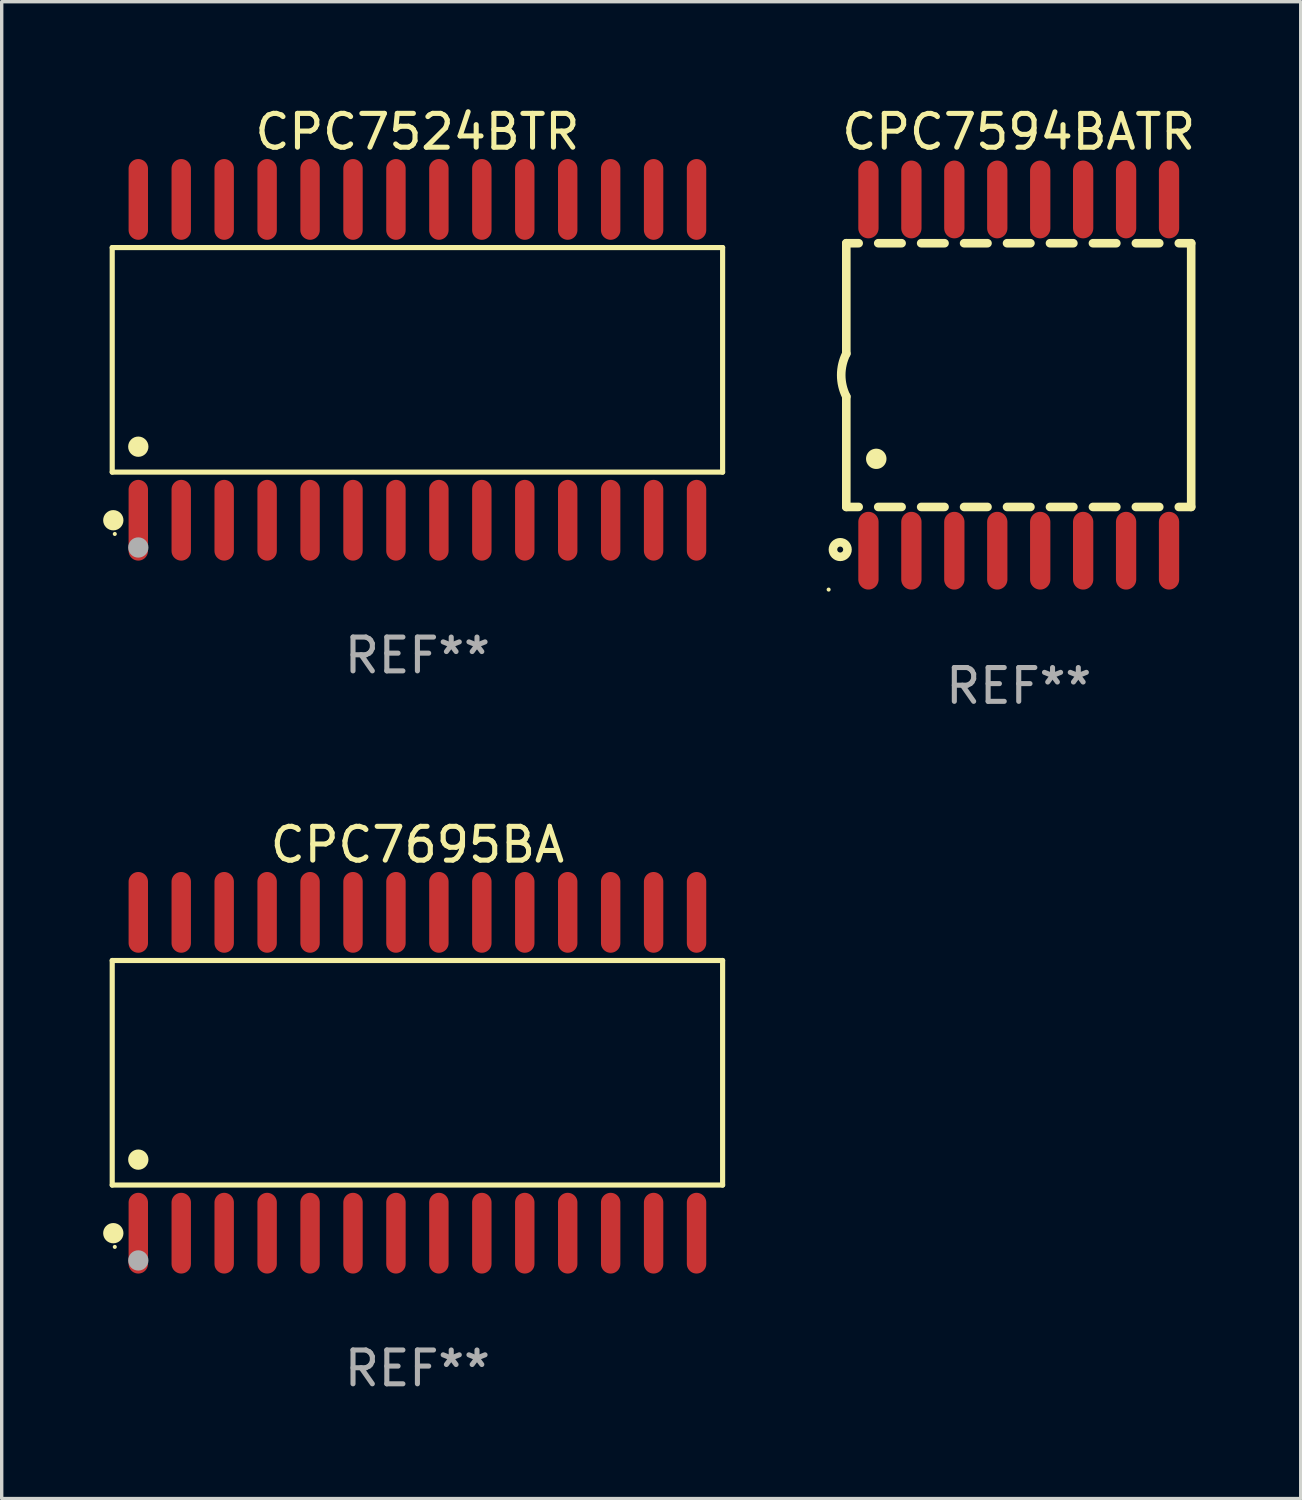
<source format=kicad_pcb>
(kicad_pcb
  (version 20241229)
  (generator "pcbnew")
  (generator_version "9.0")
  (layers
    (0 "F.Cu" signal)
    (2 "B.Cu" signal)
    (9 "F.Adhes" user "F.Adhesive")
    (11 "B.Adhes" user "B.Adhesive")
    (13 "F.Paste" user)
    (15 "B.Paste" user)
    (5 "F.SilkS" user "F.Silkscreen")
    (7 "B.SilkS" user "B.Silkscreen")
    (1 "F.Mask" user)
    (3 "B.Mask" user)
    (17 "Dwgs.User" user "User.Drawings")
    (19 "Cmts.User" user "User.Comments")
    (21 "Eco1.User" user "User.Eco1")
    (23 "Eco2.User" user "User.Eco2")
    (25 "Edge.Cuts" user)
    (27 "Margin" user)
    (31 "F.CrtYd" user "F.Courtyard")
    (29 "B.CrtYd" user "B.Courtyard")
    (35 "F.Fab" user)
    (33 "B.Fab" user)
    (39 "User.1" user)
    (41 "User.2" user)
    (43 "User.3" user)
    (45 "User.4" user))
  (footprint "CPC7695BA"
    (layer "F.Cu")
    (at 9.295 28.677)
    (property "Reference" "CPC7695BA" (at 0 -6.744 0) (layer "F.SilkS") (effects (font (size 1 1) (thickness 0.15))))
    (attr through_hole)
    (fp_line (start -9.026 -3.321) (end 9.026 -3.321) (stroke (width 0.152) (type solid)) (layer "F.SilkS"))
    (fp_line (start -9.026 3.321) (end -9.026 -3.321) (stroke (width 0.152) (type solid)) (layer "F.SilkS"))
    (fp_line (start 9.026 -3.321) (end 9.026 3.321) (stroke (width 0.152) (type solid)) (layer "F.SilkS"))
    (fp_line (start 9.026 3.321) (end -9.026 3.321) (stroke (width 0.152) (type solid)) (layer "F.SilkS"))
    (fp_circle (center -8.994 4.744) (end -8.844 4.744) (stroke (width 0.3) (type solid)) (fill no) (layer "F.SilkS"))
    (fp_circle (center -8.95 5.15) (end -8.92 5.15) (stroke (width 0.06) (type solid)) (fill no) (layer "F.SilkS"))
    (fp_circle (center -8.255 2.569) (end -8.105 2.569) (stroke (width 0.3) (type solid)) (fill no) (layer "F.SilkS"))
    (fp_circle (center -8.255 5.55) (end -8.105 5.55) (stroke (width 0.3) (type solid)) (fill no) (layer "F.Fab"))
    (fp_text user "REF**" (at 0 8.744 0) (layer "F.Fab") (effects (font (size 1 1) (thickness 0.15))))
    (pad "1" smd oval (at -8.255 4.744) (size 0.574 2.388) (layers "F.Cu" "F.Mask" "F.Paste"))
    (pad "2" smd oval (at -6.985 4.744) (size 0.574 2.388) (layers "F.Cu" "F.Mask" "F.Paste"))
    (pad "3" smd oval (at -5.715 4.744) (size 0.574 2.388) (layers "F.Cu" "F.Mask" "F.Paste"))
    (pad "4" smd oval (at -4.445 4.744) (size 0.574 2.388) (layers "F.Cu" "F.Mask" "F.Paste"))
    (pad "5" smd oval (at -3.175 4.744) (size 0.574 2.388) (layers "F.Cu" "F.Mask" "F.Paste"))
    (pad "6" smd oval (at -1.905 4.744) (size 0.574 2.388) (layers "F.Cu" "F.Mask" "F.Paste"))
    (pad "7" smd oval (at -0.635 4.744) (size 0.574 2.388) (layers "F.Cu" "F.Mask" "F.Paste"))
    (pad "8" smd oval (at 0.635 4.744) (size 0.574 2.388) (layers "F.Cu" "F.Mask" "F.Paste"))
    (pad "9" smd oval (at 1.905 4.744) (size 0.574 2.388) (layers "F.Cu" "F.Mask" "F.Paste"))
    (pad "10" smd oval (at 3.175 4.744) (size 0.574 2.388) (layers "F.Cu" "F.Mask" "F.Paste"))
    (pad "11" smd oval (at 4.445 4.744) (size 0.574 2.388) (layers "F.Cu" "F.Mask" "F.Paste"))
    (pad "12" smd oval (at 5.715 4.744) (size 0.574 2.388) (layers "F.Cu" "F.Mask" "F.Paste"))
    (pad "13" smd oval (at 6.985 4.744) (size 0.574 2.388) (layers "F.Cu" "F.Mask" "F.Paste"))
    (pad "14" smd oval (at 8.255 4.744) (size 0.574 2.388) (layers "F.Cu" "F.Mask" "F.Paste"))
    (pad "15" smd oval (at 8.255 -4.744) (size 0.574 2.388) (layers "F.Cu" "F.Mask" "F.Paste"))
    (pad "16" smd oval (at 6.985 -4.744) (size 0.574 2.388) (layers "F.Cu" "F.Mask" "F.Paste"))
    (pad "17" smd oval (at 5.715 -4.744) (size 0.574 2.388) (layers "F.Cu" "F.Mask" "F.Paste"))
    (pad "18" smd oval (at 4.445 -4.744) (size 0.574 2.388) (layers "F.Cu" "F.Mask" "F.Paste"))
    (pad "19" smd oval (at 3.175 -4.744) (size 0.574 2.388) (layers "F.Cu" "F.Mask" "F.Paste"))
    (pad "20" smd oval (at 1.905 -4.744) (size 0.574 2.388) (layers "F.Cu" "F.Mask" "F.Paste"))
    (pad "21" smd oval (at 0.635 -4.744) (size 0.574 2.388) (layers "F.Cu" "F.Mask" "F.Paste"))
    (pad "22" smd oval (at -0.635 -4.744) (size 0.574 2.388) (layers "F.Cu" "F.Mask" "F.Paste"))
    (pad "23" smd oval (at -1.905 -4.744) (size 0.574 2.388) (layers "F.Cu" "F.Mask" "F.Paste"))
    (pad "24" smd oval (at -3.175 -4.744) (size 0.574 2.388) (layers "F.Cu" "F.Mask" "F.Paste"))
    (pad "25" smd oval (at -4.445 -4.744) (size 0.574 2.388) (layers "F.Cu" "F.Mask" "F.Paste"))
    (pad "26" smd oval (at -5.715 -4.744) (size 0.574 2.388) (layers "F.Cu" "F.Mask" "F.Paste"))
    (pad "27" smd oval (at -6.985 -4.744) (size 0.574 2.388) (layers "F.Cu" "F.Mask" "F.Paste"))
    (pad "28" smd oval (at -8.255 -4.744) (size 0.574 2.388) (layers "F.Cu" "F.Mask" "F.Paste")))
  (footprint "CPC7524BTR"
    (layer "F.Cu")
    (at 9.295 7.592)
    (property "Reference" "CPC7524BTR" (at 0 -6.744 0) (layer "F.SilkS") (effects (font (size 1 1) (thickness 0.15))))
    (attr through_hole)
    (fp_line (start -9.026 -3.321) (end 9.026 -3.321) (stroke (width 0.152) (type solid)) (layer "F.SilkS"))
    (fp_line (start -9.026 3.321) (end -9.026 -3.321) (stroke (width 0.152) (type solid)) (layer "F.SilkS"))
    (fp_line (start 9.026 -3.321) (end 9.026 3.321) (stroke (width 0.152) (type solid)) (layer "F.SilkS"))
    (fp_line (start 9.026 3.321) (end -9.026 3.321) (stroke (width 0.152) (type solid)) (layer "F.SilkS"))
    (fp_circle (center -8.994 4.744) (end -8.844 4.744) (stroke (width 0.3) (type solid)) (fill no) (layer "F.SilkS"))
    (fp_circle (center -8.95 5.15) (end -8.92 5.15) (stroke (width 0.06) (type solid)) (fill no) (layer "F.SilkS"))
    (fp_circle (center -8.255 2.569) (end -8.105 2.569) (stroke (width 0.3) (type solid)) (fill no) (layer "F.SilkS"))
    (fp_circle (center -8.255 5.55) (end -8.105 5.55) (stroke (width 0.3) (type solid)) (fill no) (layer "F.Fab"))
    (fp_text user "REF**" (at 0 8.744 0) (layer "F.Fab") (effects (font (size 1 1) (thickness 0.15))))
    (pad "1" smd oval (at -8.255 4.744) (size 0.574 2.388) (layers "F.Cu" "F.Mask" "F.Paste"))
    (pad "2" smd oval (at -6.985 4.744) (size 0.574 2.388) (layers "F.Cu" "F.Mask" "F.Paste"))
    (pad "3" smd oval (at -5.715 4.744) (size 0.574 2.388) (layers "F.Cu" "F.Mask" "F.Paste"))
    (pad "4" smd oval (at -4.445 4.744) (size 0.574 2.388) (layers "F.Cu" "F.Mask" "F.Paste"))
    (pad "5" smd oval (at -3.175 4.744) (size 0.574 2.388) (layers "F.Cu" "F.Mask" "F.Paste"))
    (pad "6" smd oval (at -1.905 4.744) (size 0.574 2.388) (layers "F.Cu" "F.Mask" "F.Paste"))
    (pad "7" smd oval (at -0.635 4.744) (size 0.574 2.388) (layers "F.Cu" "F.Mask" "F.Paste"))
    (pad "8" smd oval (at 0.635 4.744) (size 0.574 2.388) (layers "F.Cu" "F.Mask" "F.Paste"))
    (pad "9" smd oval (at 1.905 4.744) (size 0.574 2.388) (layers "F.Cu" "F.Mask" "F.Paste"))
    (pad "10" smd oval (at 3.175 4.744) (size 0.574 2.388) (layers "F.Cu" "F.Mask" "F.Paste"))
    (pad "11" smd oval (at 4.445 4.744) (size 0.574 2.388) (layers "F.Cu" "F.Mask" "F.Paste"))
    (pad "12" smd oval (at 5.715 4.744) (size 0.574 2.388) (layers "F.Cu" "F.Mask" "F.Paste"))
    (pad "13" smd oval (at 6.985 4.744) (size 0.574 2.388) (layers "F.Cu" "F.Mask" "F.Paste"))
    (pad "14" smd oval (at 8.255 4.744) (size 0.574 2.388) (layers "F.Cu" "F.Mask" "F.Paste"))
    (pad "15" smd oval (at 8.255 -4.744) (size 0.574 2.388) (layers "F.Cu" "F.Mask" "F.Paste"))
    (pad "16" smd oval (at 6.985 -4.744) (size 0.574 2.388) (layers "F.Cu" "F.Mask" "F.Paste"))
    (pad "17" smd oval (at 5.715 -4.744) (size 0.574 2.388) (layers "F.Cu" "F.Mask" "F.Paste"))
    (pad "18" smd oval (at 4.445 -4.744) (size 0.574 2.388) (layers "F.Cu" "F.Mask" "F.Paste"))
    (pad "19" smd oval (at 3.175 -4.744) (size 0.574 2.388) (layers "F.Cu" "F.Mask" "F.Paste"))
    (pad "20" smd oval (at 1.905 -4.744) (size 0.574 2.388) (layers "F.Cu" "F.Mask" "F.Paste"))
    (pad "21" smd oval (at 0.635 -4.744) (size 0.574 2.388) (layers "F.Cu" "F.Mask" "F.Paste"))
    (pad "22" smd oval (at -0.635 -4.744) (size 0.574 2.388) (layers "F.Cu" "F.Mask" "F.Paste"))
    (pad "23" smd oval (at -1.905 -4.744) (size 0.574 2.388) (layers "F.Cu" "F.Mask" "F.Paste"))
    (pad "24" smd oval (at -3.175 -4.744) (size 0.574 2.388) (layers "F.Cu" "F.Mask" "F.Paste"))
    (pad "25" smd oval (at -4.445 -4.744) (size 0.574 2.388) (layers "F.Cu" "F.Mask" "F.Paste"))
    (pad "26" smd oval (at -5.715 -4.744) (size 0.574 2.388) (layers "F.Cu" "F.Mask" "F.Paste"))
    (pad "27" smd oval (at -6.985 -4.744) (size 0.574 2.388) (layers "F.Cu" "F.Mask" "F.Paste"))
    (pad "28" smd oval (at -8.255 -4.744) (size 0.574 2.388) (layers "F.Cu" "F.Mask" "F.Paste")))
  (footprint "CPC7594BATR"
    (layer "F.Cu")
    (at 27.079 8.043)
    (property "Reference" "CPC7594BATR" (at 0 -7.194 0) (layer "F.SilkS") (effects (font (size 1 1) (thickness 0.15))))
    (attr through_hole)
    (fp_line (start -5.1 -3.9) (end -5.1 -0.635) (stroke (width 0.254) (type solid)) (layer "F.SilkS"))
    (fp_line (start -5.1 -3.9) (end -4.734 -3.9) (stroke (width 0.254) (type solid)) (layer "F.SilkS"))
    (fp_line (start -5.1 3.9) (end -5.1 0.635) (stroke (width 0.254) (type solid)) (layer "F.SilkS"))
    (fp_line (start -5.1 3.9) (end -4.734 3.9) (stroke (width 0.254) (type solid)) (layer "F.SilkS"))
    (fp_line (start -4.156 -3.9) (end -3.464 -3.9) (stroke (width 0.254) (type solid)) (layer "F.SilkS"))
    (fp_line (start -4.156 3.9) (end -3.464 3.9) (stroke (width 0.254) (type solid)) (layer "F.SilkS"))
    (fp_line (start -2.886 -3.9) (end -2.194 -3.9) (stroke (width 0.254) (type solid)) (layer "F.SilkS"))
    (fp_line (start -2.886 3.9) (end -2.194 3.9) (stroke (width 0.254) (type solid)) (layer "F.SilkS"))
    (fp_line (start -1.616 -3.9) (end -0.924 -3.9) (stroke (width 0.254) (type solid)) (layer "F.SilkS"))
    (fp_line (start -1.616 3.9) (end -0.924 3.9) (stroke (width 0.254) (type solid)) (layer "F.SilkS"))
    (fp_line (start -0.346 -3.9) (end 0.346 -3.9) (stroke (width 0.254) (type solid)) (layer "F.SilkS"))
    (fp_line (start -0.346 3.9) (end 0.346 3.9) (stroke (width 0.254) (type solid)) (layer "F.SilkS"))
    (fp_line (start 0.924 -3.9) (end 1.616 -3.9) (stroke (width 0.254) (type solid)) (layer "F.SilkS"))
    (fp_line (start 0.924 3.9) (end 1.616 3.9) (stroke (width 0.254) (type solid)) (layer "F.SilkS"))
    (fp_line (start 2.194 -3.9) (end 2.886 -3.9) (stroke (width 0.254) (type solid)) (layer "F.SilkS"))
    (fp_line (start 2.194 3.9) (end 2.886 3.9) (stroke (width 0.254) (type solid)) (layer "F.SilkS"))
    (fp_line (start 3.464 -3.9) (end 4.156 -3.9) (stroke (width 0.254) (type solid)) (layer "F.SilkS"))
    (fp_line (start 3.464 3.9) (end 4.156 3.9) (stroke (width 0.254) (type solid)) (layer "F.SilkS"))
    (fp_line (start 4.734 -3.9) (end 5.1 -3.9) (stroke (width 0.254) (type solid)) (layer "F.SilkS"))
    (fp_line (start 4.734 3.9) (end 5.1 3.9) (stroke (width 0.254) (type solid)) (layer "F.SilkS"))
    (fp_line (start 5.1 3.9) (end 5.1 -3.9) (stroke (width 0.254) (type solid)) (layer "F.SilkS"))
    (fp_arc (start -5.100343 0.635002) (mid -5.25016 -0.00003) (end -5.100089 -0.635001) (stroke (width 0.254001) (type solid)) (layer "F.SilkS"))
    (fp_arc (start -4.216421 2.476505) (mid -4.213881 2.476494) (end -4.211341 2.476505) (stroke (width 0.6) (type solid)) (layer "F.SilkS"))
    (fp_circle (center -5.622 6.344) (end -5.592 6.344) (stroke (width 0.06) (type solid)) (fill no) (layer "F.SilkS"))
    (fp_circle (center -5.28 5.16) (end -5.065 5.16) (stroke (width 0.254) (type solid)) (fill no) (layer "F.SilkS"))
    (fp_text user "REF**" (at 0 9.194 0) (layer "F.Fab") (effects (font (size 1 1) (thickness 0.15))))
    (pad "1" smd oval (at -4.445 5.194 180) (size 0.6 2.3) (layers "F.Cu" "F.Mask" "F.Paste"))
    (pad "2" smd oval (at -3.175 5.194 180) (size 0.6 2.3) (layers "F.Cu" "F.Mask" "F.Paste"))
    (pad "3" smd oval (at -1.905 5.194 180) (size 0.6 2.3) (layers "F.Cu" "F.Mask" "F.Paste"))
    (pad "4" smd oval (at -0.635 5.194 180) (size 0.6 2.3) (layers "F.Cu" "F.Mask" "F.Paste"))
    (pad "5" smd oval (at 0.635 5.194 180) (size 0.6 2.3) (layers "F.Cu" "F.Mask" "F.Paste"))
    (pad "6" smd oval (at 1.905 5.194 180) (size 0.6 2.3) (layers "F.Cu" "F.Mask" "F.Paste"))
    (pad "7" smd oval (at 3.175 5.194 180) (size 0.6 2.3) (layers "F.Cu" "F.Mask" "F.Paste"))
    (pad "8" smd oval (at 4.445 5.194 180) (size 0.6 2.3) (layers "F.Cu" "F.Mask" "F.Paste"))
    (pad "9" smd oval (at 4.445 -5.194 180) (size 0.6 2.3) (layers "F.Cu" "F.Mask" "F.Paste"))
    (pad "10" smd oval (at 3.175 -5.194 180) (size 0.6 2.3) (layers "F.Cu" "F.Mask" "F.Paste"))
    (pad "11" smd oval (at 1.905 -5.194 180) (size 0.6 2.3) (layers "F.Cu" "F.Mask" "F.Paste"))
    (pad "12" smd oval (at 0.635 -5.194 180) (size 0.6 2.3) (layers "F.Cu" "F.Mask" "F.Paste"))
    (pad "13" smd oval (at -0.635 -5.194 180) (size 0.6 2.3) (layers "F.Cu" "F.Mask" "F.Paste"))
    (pad "14" smd oval (at -1.905 -5.194 180) (size 0.6 2.3) (layers "F.Cu" "F.Mask" "F.Paste"))
    (pad "15" smd oval (at -3.175 -5.194 180) (size 0.6 2.3) (layers "F.Cu" "F.Mask" "F.Paste"))
    (pad "16" smd oval (at -4.445 -5.194 180) (size 0.6 2.3) (layers "F.Cu" "F.Mask" "F.Paste")))
  (gr_rect
    (start -3 -3)
    (end 35.418 41.27)
    (stroke (width 0.1) (type default))
    (fill no)
    (layer "Edge.Cuts")))
</source>
